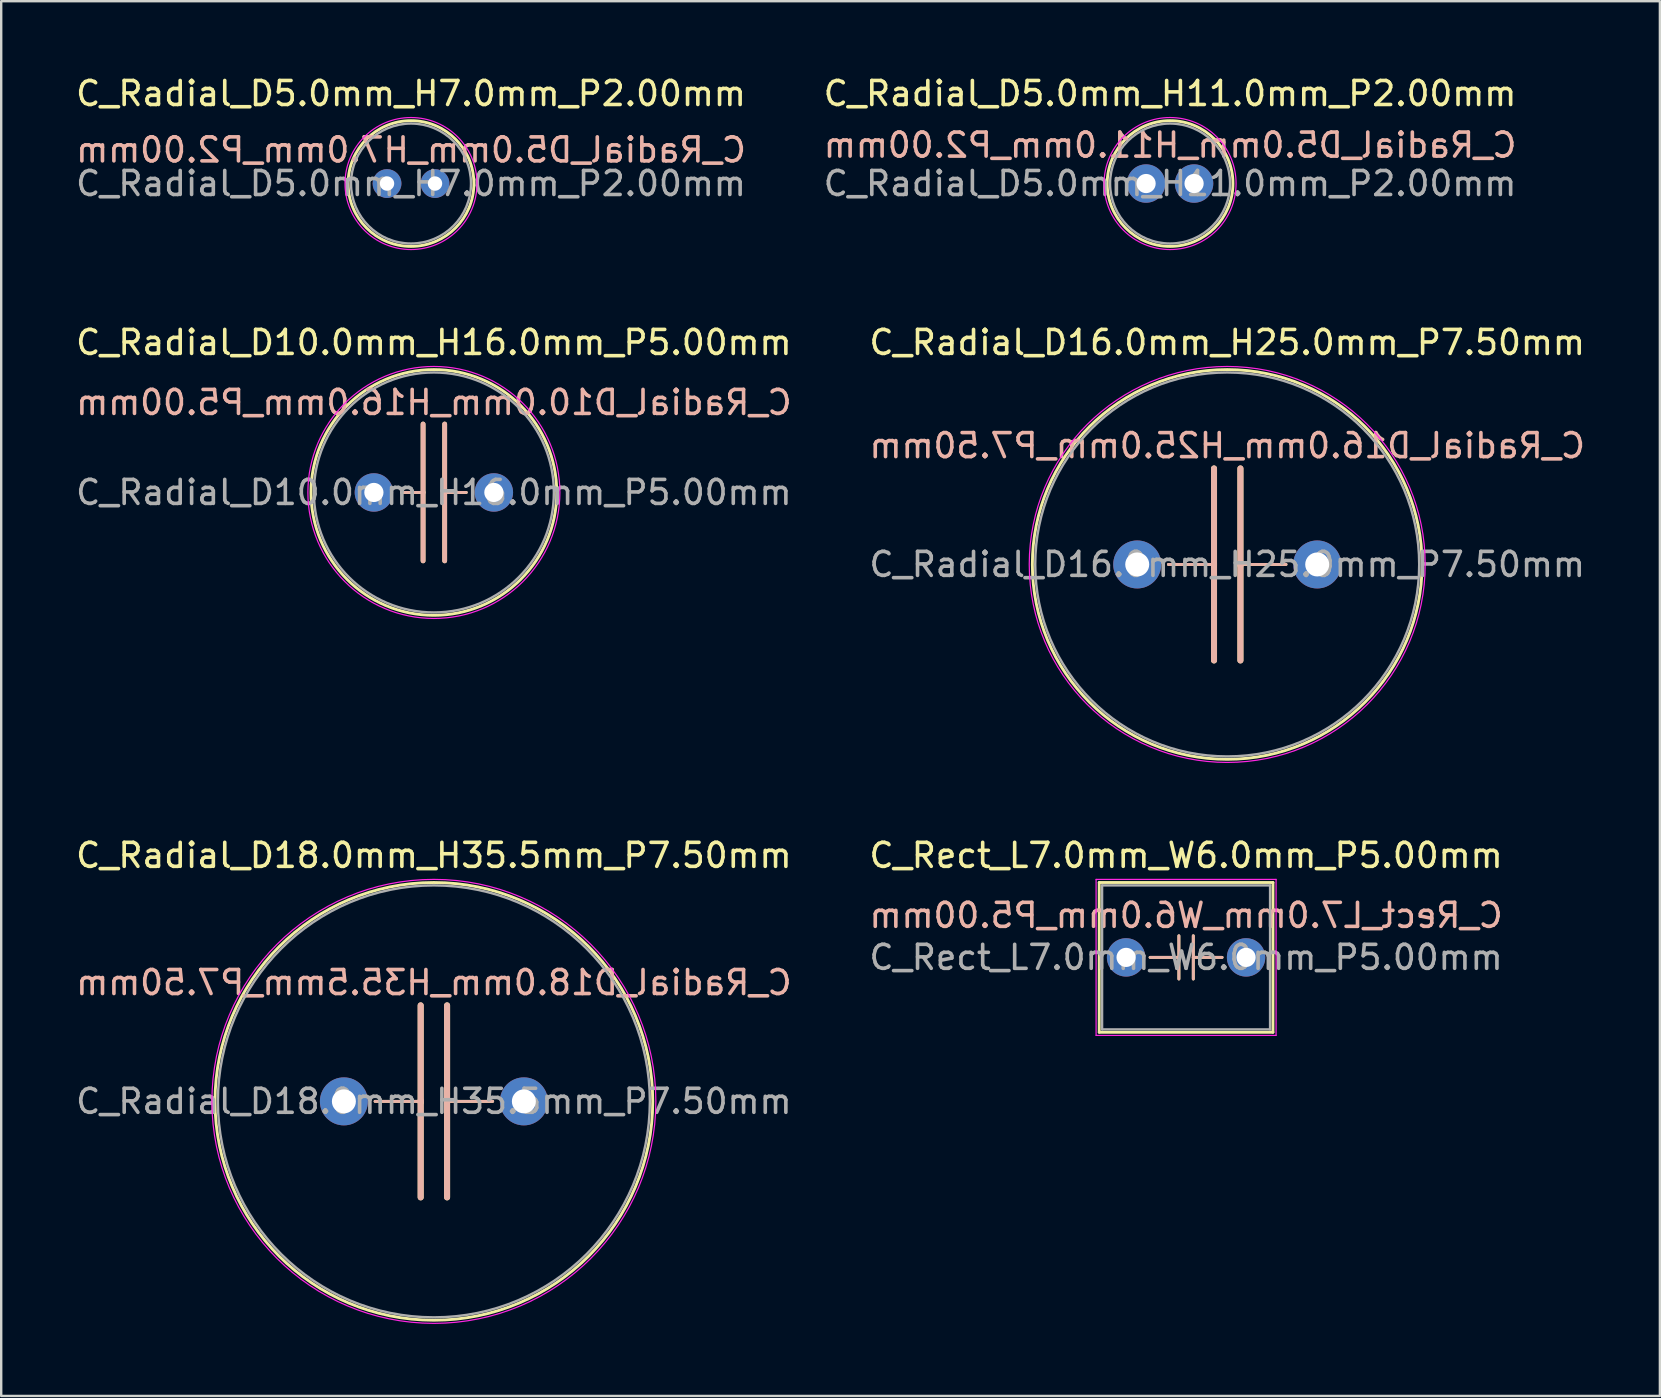
<source format=kicad_pcb>
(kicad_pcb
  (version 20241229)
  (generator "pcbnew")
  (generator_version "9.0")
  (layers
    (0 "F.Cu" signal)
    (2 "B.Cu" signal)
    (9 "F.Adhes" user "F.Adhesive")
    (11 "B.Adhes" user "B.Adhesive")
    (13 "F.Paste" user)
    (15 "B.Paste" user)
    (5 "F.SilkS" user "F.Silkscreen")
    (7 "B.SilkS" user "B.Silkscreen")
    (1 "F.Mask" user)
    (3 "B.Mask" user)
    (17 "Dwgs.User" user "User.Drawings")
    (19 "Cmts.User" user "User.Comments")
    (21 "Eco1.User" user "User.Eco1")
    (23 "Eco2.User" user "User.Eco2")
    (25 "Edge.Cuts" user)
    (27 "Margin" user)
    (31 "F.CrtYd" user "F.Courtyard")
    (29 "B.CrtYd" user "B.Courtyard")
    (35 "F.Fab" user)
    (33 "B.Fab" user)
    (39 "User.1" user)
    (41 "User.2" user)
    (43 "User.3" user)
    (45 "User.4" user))
  (footprint "C_Rect_L7.0mm_W6.0mm_P5.00mm"
    (layer "F.Cu")
    (at 43.875 36.845)
    (property "Reference" "C_Rect_L7.0mm_W6.0mm_P5.00mm" (at 2.5 -4.25 0) (layer "F.SilkS") (effects (font (size 1 1) (thickness 0.15))))
    (fp_line (start -1.12 -3.12) (end -1.12 3.12) (stroke (width 0.12) (type solid)) (layer "F.SilkS"))
    (fp_line (start -1.12 -3.12) (end 6.12 -3.12) (stroke (width 0.12) (type solid)) (layer "F.SilkS"))
    (fp_line (start -1.12 3.12) (end 6.12 3.12) (stroke (width 0.12) (type solid)) (layer "F.SilkS"))
    (fp_line (start 1 0) (end 2.2 0) (stroke (width 0.12) (type solid)) (layer "F.SilkS"))
    (fp_line (start 2.2 -0.9) (end 2.2 0.9) (stroke (width 0.12) (type solid)) (layer "F.SilkS"))
    (fp_line (start 2.8 -0.9) (end 2.8 0.9) (stroke (width 0.12) (type solid)) (layer "F.SilkS"))
    (fp_line (start 4 0) (end 2.8 0) (stroke (width 0.12) (type solid)) (layer "F.SilkS"))
    (fp_line (start 6.12 -3.12) (end 6.12 3.12) (stroke (width 0.12) (type solid)) (layer "F.SilkS"))
    (fp_line (start 1 0) (end 2.2 0) (stroke (width 0.12) (type solid)) (layer "B.SilkS"))
    (fp_line (start 2.2 0.9) (end 2.2 -0.9) (stroke (width 0.12) (type solid)) (layer "B.SilkS"))
    (fp_line (start 2.8 0.9) (end 2.8 -0.9) (stroke (width 0.12) (type solid)) (layer "B.SilkS"))
    (fp_line (start 4 0) (end 2.8 0) (stroke (width 0.12) (type solid)) (layer "B.SilkS"))
    (fp_line (start -1.25 -3.25) (end -1.25 3.25) (stroke (width 0.05) (type solid)) (layer "F.CrtYd"))
    (fp_line (start -1.25 3.25) (end 6.25 3.25) (stroke (width 0.05) (type solid)) (layer "F.CrtYd"))
    (fp_line (start 6.25 -3.25) (end -1.25 -3.25) (stroke (width 0.05) (type solid)) (layer "F.CrtYd"))
    (fp_line (start 6.25 3.25) (end 6.25 -3.25) (stroke (width 0.05) (type solid)) (layer "F.CrtYd"))
    (fp_line (start -1 -3) (end -1 3) (stroke (width 0.1) (type solid)) (layer "F.Fab"))
    (fp_line (start -1 3) (end 6 3) (stroke (width 0.1) (type solid)) (layer "F.Fab"))
    (fp_line (start 6 -3) (end -1 -3) (stroke (width 0.1) (type solid)) (layer "F.Fab"))
    (fp_line (start 6 3) (end 6 -3) (stroke (width 0.1) (type solid)) (layer "F.Fab"))
    (fp_text user "${REFERENCE}" (at 2.5 -1.75 0) (layer "B.SilkS") (effects (font (size 1 1) (thickness 0.15)) (justify mirror)))
    (fp_text user "${REFERENCE}" (at 2.5 0 0) (layer "F.Fab") (effects (font (size 1 1) (thickness 0.15))))
    (pad "1" thru_hole circle (at 0 0) (size 1.6 1.6) (drill 0.8) (layers "*.Cu" "*.Mask"))
    (pad "2" thru_hole circle (at 5 0) (size 1.6 1.6) (drill 0.8) (layers "*.Cu" "*.Mask")))
  (footprint "C_Radial_D5.0mm_H11.0mm_P2.00mm"
    (layer "F.Cu")
    (at 44.708 4.598)
    (property "Reference" "C_Radial_D5.0mm_H11.0mm_P2.00mm" (at 1 -3.75 0) (layer "F.SilkS") (effects (font (size 1 1) (thickness 0.15))))
    (fp_circle (center 1 0) (end 3.62 0) (stroke (width 0.12) (type solid)) (fill no) (layer "F.SilkS"))
    (fp_circle (center 1 0) (end 3.75 0) (stroke (width 0.05) (type solid)) (fill no) (layer "F.CrtYd"))
    (fp_circle (center 1 0) (end 3.5 0) (stroke (width 0.1) (type solid)) (fill no) (layer "F.Fab"))
    (fp_text user "${REFERENCE}" (at 1 -1.6 0) (layer "B.SilkS") (effects (font (size 1 1) (thickness 0.15)) (justify mirror)))
    (fp_text user "${REFERENCE}" (at 1 0 0) (layer "F.Fab") (effects (font (size 1 1) (thickness 0.15))))
    (pad "1" thru_hole circle (at 0 0) (size 1.6 1.6) (drill 0.8) (layers "*.Cu" "*.Mask"))
    (pad "2" thru_hole circle (at 2 0) (size 1.6 1.6) (drill 0.8) (layers "*.Cu" "*.Mask")))
  (footprint "C_Radial_D16.0mm_H25.0mm_P7.50mm"
    (layer "F.Cu")
    (at 44.339 20.471)
    (property "Reference" "C_Radial_D16.0mm_H25.0mm_P7.50mm" (at 3.75 -9.25 0) (layer "F.SilkS") (effects (font (size 1 1) (thickness 0.15))))
    (fp_line (start 1.3 0) (end 3.2 0) (stroke (width 0.12) (type solid)) (layer "F.SilkS"))
    (fp_line (start 3.2 0.05) (end 3.2 -4) (stroke (width 0.25) (type solid)) (layer "F.SilkS"))
    (fp_line (start 3.2 4) (end 3.2 0) (stroke (width 0.25) (type solid)) (layer "F.SilkS"))
    (fp_line (start 4.3 0) (end 6.2 0) (stroke (width 0.12) (type solid)) (layer "F.SilkS"))
    (fp_line (start 4.3 0.05) (end 4.3 -4) (stroke (width 0.25) (type solid)) (layer "F.SilkS"))
    (fp_line (start 4.3 4) (end 4.3 0) (stroke (width 0.25) (type solid)) (layer "F.SilkS"))
    (fp_circle (center 3.75 0) (end 11.87 0) (stroke (width 0.12) (type solid)) (fill no) (layer "F.SilkS"))
    (fp_line (start 1.3 0) (end 3.2 0) (stroke (width 0.12) (type solid)) (layer "B.SilkS"))
    (fp_line (start 3.2 -4) (end 3.2 0) (stroke (width 0.25) (type solid)) (layer "B.SilkS"))
    (fp_line (start 3.2 -0.05) (end 3.2 4) (stroke (width 0.25) (type solid)) (layer "B.SilkS"))
    (fp_line (start 4.3 -4) (end 4.3 0) (stroke (width 0.25) (type solid)) (layer "B.SilkS"))
    (fp_line (start 4.3 -0.05) (end 4.3 4) (stroke (width 0.25) (type solid)) (layer "B.SilkS"))
    (fp_line (start 4.3 0) (end 6.2 0) (stroke (width 0.12) (type solid)) (layer "B.SilkS"))
    (fp_circle (center 3.75 0) (end 12 0) (stroke (width 0.05) (type solid)) (fill no) (layer "F.CrtYd"))
    (fp_circle (center 3.75 0) (end 11.75 0) (stroke (width 0.1) (type solid)) (fill no) (layer "F.Fab"))
    (fp_text user "${REFERENCE}" (at 3.75 -4.95 0) (layer "B.SilkS") (effects (font (size 1 1) (thickness 0.15)) (justify mirror)))
    (fp_text user "${REFERENCE}" (at 3.75 0 0) (layer "F.Fab") (effects (font (size 1 1) (thickness 0.15))))
    (pad "1" thru_hole circle (at 0 0) (size 2 2) (drill 1) (layers "*.Cu" "*.Mask"))
    (pad "2" thru_hole circle (at 7.5 0) (size 2 2) (drill 1) (layers "*.Cu" "*.Mask")))
  (footprint "C_Radial_D10.0mm_H16.0mm_P5.00mm"
    (layer "F.Cu")
    (at 12.53 17.471)
    (property "Reference" "C_Radial_D10.0mm_H16.0mm_P5.00mm" (at 2.5 -6.25 0) (layer "F.SilkS") (effects (font (size 1 1) (thickness 0.15))))
    (fp_line (start 1.15 0) (end 2.05 0) (stroke (width 0.12) (type solid)) (layer "F.SilkS"))
    (fp_line (start 2.05 0) (end 2.05 -2.85) (stroke (width 0.2) (type solid)) (layer "F.SilkS"))
    (fp_line (start 2.05 2.85) (end 2.05 0) (stroke (width 0.2) (type solid)) (layer "F.SilkS"))
    (fp_line (start 2.95 0) (end 2.95 -2.85) (stroke (width 0.2) (type solid)) (layer "F.SilkS"))
    (fp_line (start 2.95 0) (end 3.85 0) (stroke (width 0.12) (type solid)) (layer "F.SilkS"))
    (fp_line (start 2.95 2.85) (end 2.95 -0.007) (stroke (width 0.2) (type solid)) (layer "F.SilkS"))
    (fp_circle (center 2.5 0) (end 7.62 0) (stroke (width 0.12) (type solid)) (fill no) (layer "F.SilkS"))
    (fp_line (start 1.15 0) (end 2.05 0) (stroke (width 0.12) (type solid)) (layer "B.SilkS"))
    (fp_line (start 2.05 -2.85) (end 2.05 0) (stroke (width 0.2) (type solid)) (layer "B.SilkS"))
    (fp_line (start 2.05 0) (end 2.05 2.85) (stroke (width 0.2) (type solid)) (layer "B.SilkS"))
    (fp_line (start 2.95 -2.85) (end 2.95 0.007) (stroke (width 0.2) (type solid)) (layer "B.SilkS"))
    (fp_line (start 2.95 0) (end 2.95 2.85) (stroke (width 0.2) (type solid)) (layer "B.SilkS"))
    (fp_line (start 2.95 0) (end 3.85 0) (stroke (width 0.12) (type solid)) (layer "B.SilkS"))
    (fp_circle (center 2.5 0) (end 7.75 0) (stroke (width 0.05) (type solid)) (fill no) (layer "F.CrtYd"))
    (fp_circle (center 2.5 0) (end 7.5 0) (stroke (width 0.1) (type solid)) (fill no) (layer "F.Fab"))
    (fp_text user "${REFERENCE}" (at 2.5 -3.75 0) (layer "B.SilkS") (effects (font (size 1 1) (thickness 0.15)) (justify mirror)))
    (fp_text user "${REFERENCE}" (at 2.5 0 0) (layer "F.Fab") (effects (font (size 1 1) (thickness 0.15))))
    (pad "1" thru_hole circle (at 0 0) (size 1.6 1.6) (drill 0.8) (layers "*.Cu" "*.Mask"))
    (pad "2" thru_hole circle (at 5 0) (size 1.6 1.6) (drill 0.8) (layers "*.Cu" "*.Mask")))
  (footprint "C_Radial_D5.0mm_H7.0mm_P2.00mm"
    (layer "F.Cu")
    (at 13.077 4.598)
    (property "Reference" "C_Radial_D5.0mm_H7.0mm_P2.00mm" (at 1 -3.75 0) (layer "F.SilkS") (effects (font (size 1 1) (thickness 0.15))))
    (fp_circle (center 1 0) (end 3.62 0) (stroke (width 0.12) (type solid)) (fill no) (layer "F.SilkS"))
    (fp_circle (center 1 0) (end 3.75 0) (stroke (width 0.05) (type solid)) (fill no) (layer "F.CrtYd"))
    (fp_circle (center 1 0) (end 3.5 0) (stroke (width 0.1) (type solid)) (fill no) (layer "F.Fab"))
    (fp_text user "${REFERENCE}" (at 1 -1.4 0) (layer "B.SilkS") (effects (font (size 1 1) (thickness 0.15)) (justify mirror)))
    (fp_text user "${REFERENCE}" (at 1 0 0) (layer "F.Fab") (effects (font (size 1 1) (thickness 0.15))))
    (pad "1" thru_hole circle (at 0 0) (size 1.2 1.2) (drill 0.6) (layers "*.Cu" "*.Mask"))
    (pad "2" thru_hole circle (at 2 0) (size 1.2 1.2) (drill 0.6) (layers "*.Cu" "*.Mask")))
  (footprint "C_Radial_D18.0mm_H35.5mm_P7.50mm"
    (layer "F.Cu")
    (at 11.28 42.845)
    (property "Reference" "C_Radial_D18.0mm_H35.5mm_P7.50mm" (at 3.75 -10.25 0) (layer "F.SilkS") (effects (font (size 1 1) (thickness 0.15))))
    (fp_line (start 1.3 0) (end 3.2 0) (stroke (width 0.12) (type solid)) (layer "F.SilkS"))
    (fp_line (start 3.2 0.05) (end 3.2 -4) (stroke (width 0.25) (type solid)) (layer "F.SilkS"))
    (fp_line (start 3.2 4) (end 3.2 0) (stroke (width 0.25) (type solid)) (layer "F.SilkS"))
    (fp_line (start 4.3 0) (end 6.2 0) (stroke (width 0.12) (type solid)) (layer "F.SilkS"))
    (fp_line (start 4.3 0.05) (end 4.3 -4) (stroke (width 0.25) (type solid)) (layer "F.SilkS"))
    (fp_line (start 4.3 4) (end 4.3 0) (stroke (width 0.25) (type solid)) (layer "F.SilkS"))
    (fp_circle (center 3.75 0) (end 12.87 0) (stroke (width 0.12) (type solid)) (fill no) (layer "F.SilkS"))
    (fp_line (start 1.3 0) (end 3.2 0) (stroke (width 0.12) (type solid)) (layer "B.SilkS"))
    (fp_line (start 3.2 -4) (end 3.2 0) (stroke (width 0.25) (type solid)) (layer "B.SilkS"))
    (fp_line (start 3.2 -0.05) (end 3.2 4) (stroke (width 0.25) (type solid)) (layer "B.SilkS"))
    (fp_line (start 4.3 -4) (end 4.3 0) (stroke (width 0.25) (type solid)) (layer "B.SilkS"))
    (fp_line (start 4.3 -0.05) (end 4.3 4) (stroke (width 0.25) (type solid)) (layer "B.SilkS"))
    (fp_line (start 4.3 0) (end 6.2 0) (stroke (width 0.12) (type solid)) (layer "B.SilkS"))
    (fp_circle (center 3.75 0) (end 13 0) (stroke (width 0.05) (type solid)) (fill no) (layer "F.CrtYd"))
    (fp_circle (center 3.75 0) (end 12.75 0) (stroke (width 0.1) (type solid)) (fill no) (layer "F.Fab"))
    (fp_text user "${REFERENCE}" (at 3.75 -4.95 0) (layer "B.SilkS") (effects (font (size 1 1) (thickness 0.15)) (justify mirror)))
    (fp_text user "${REFERENCE}" (at 3.75 0 0) (layer "F.Fab") (effects (font (size 1 1) (thickness 0.15))))
    (pad "1" thru_hole circle (at 0 0) (size 2 2) (drill 1) (layers "*.Cu" "*.Mask"))
    (pad "2" thru_hole circle (at 7.5 0) (size 2 2) (drill 1) (layers "*.Cu" "*.Mask")))
  (gr_rect
    (start -3 -3)
    (end 66.119 55.12)
    (stroke (width 0.1) (type default))
    (fill no)
    (layer "Edge.Cuts")))
</source>
